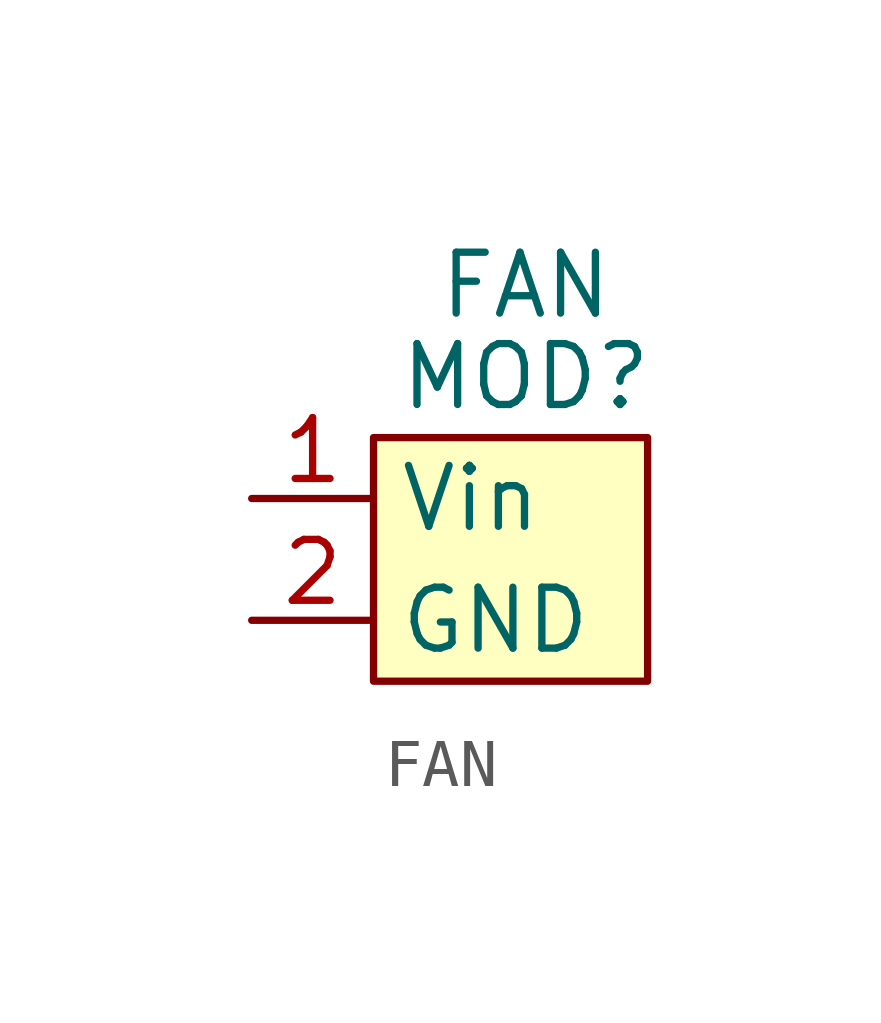
<source format=kicad_sym>
(kicad_symbol_lib
  (version 20211014)
  (generator kicad_symbol_editor)
  (symbol "FAN"
    (property "Reference" "MOD"
      (at 0 3.81 0)
      (effects (font (size 1.27 1.27))))
    (property "Value" "FAN"
      (at 0 5.715 0)
      (effects (font (size 1.27 1.27))))
    (symbol "FAN_0_1"
      (rectangle (start -3.175 2.54) (end 2.54 -2.54) (stroke (width 0) (type default) (color 0 0 0 0)) (fill (type background))))
    (symbol "FAN_1_1"
      (pin power_in line (at -5.715 1.27 0) (length 2.54) (name "Vin" (effects (font (size 1.27 1.27)))) (number "1" (effects (font (size 1.27 1.27)))))
      (pin power_out line (at -5.715 -1.27 0) (length 2.54) (name "GND" (effects (font (size 1.27 1.27)))) (number "2" (effects (font (size 1.27 1.27))))))))
</source>
